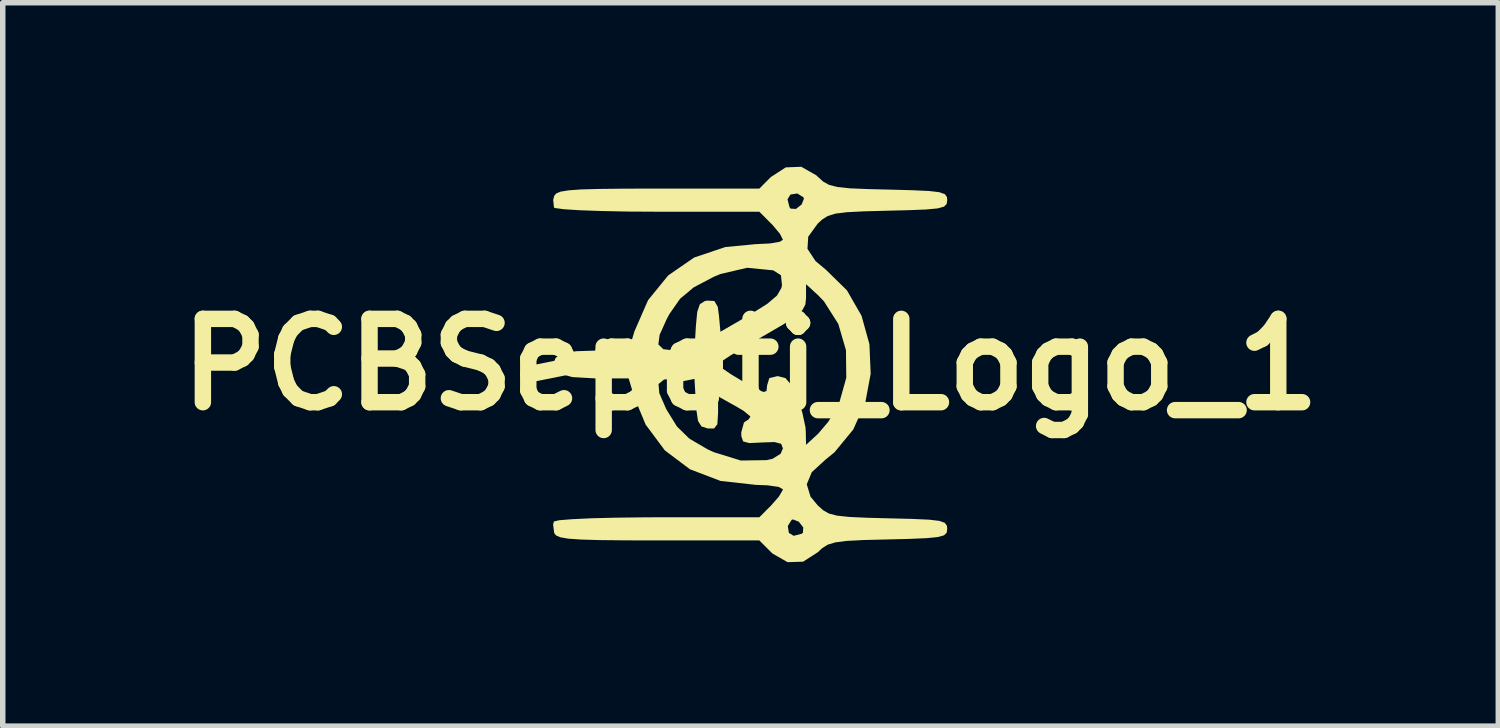
<source format=kicad_pcb>
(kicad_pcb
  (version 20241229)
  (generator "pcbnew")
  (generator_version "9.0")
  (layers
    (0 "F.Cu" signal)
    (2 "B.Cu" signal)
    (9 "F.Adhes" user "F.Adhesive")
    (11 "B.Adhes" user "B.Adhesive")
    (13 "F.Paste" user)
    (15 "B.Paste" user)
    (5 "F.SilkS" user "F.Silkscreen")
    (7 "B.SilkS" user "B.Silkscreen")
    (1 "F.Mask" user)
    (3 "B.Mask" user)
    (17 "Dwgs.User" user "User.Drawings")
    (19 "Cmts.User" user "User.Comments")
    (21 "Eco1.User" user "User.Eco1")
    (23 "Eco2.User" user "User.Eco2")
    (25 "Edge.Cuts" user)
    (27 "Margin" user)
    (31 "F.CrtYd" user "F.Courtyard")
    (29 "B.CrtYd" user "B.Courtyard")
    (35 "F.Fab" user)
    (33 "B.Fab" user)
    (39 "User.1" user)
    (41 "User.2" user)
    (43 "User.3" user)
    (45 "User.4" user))
  (footprint "PCBSepeti_Logo_1"
    (layer "F.Cu")
    (at 10.675 3.616)
    (property "Reference" "PCBSepeti_Logo_1" (at 0 0 0) (layer "F.SilkS") (effects (font (size 1.524 1.524) (thickness 0.3))))
    (attr board_only exclude_from_pos_files exclude_from_bom)
    (fp_poly (pts (xy 1.203 -3.46) (xy 1.233 -3.432) (xy 1.329 -3.345) (xy 1.437 -3.285) (xy 1.588 -3.246) (xy 1.815 -3.222) (xy 2.153 -3.208) (xy 2.52 -3.199) (xy 2.964 -3.187) (xy 3.267 -3.173) (xy 3.454 -3.151) (xy 3.553 -3.116) (xy 3.592 -3.064) (xy 3.598 -3.006) (xy 3.588 -2.936) (xy 3.539 -2.887) (xy 3.424 -2.855) (xy 3.216 -2.835) (xy 2.888 -2.822) (xy 2.52 -2.813) (xy 2.072 -2.801) (xy 1.761 -2.785) (xy 1.552 -2.759) (xy 1.413 -2.716) (xy 1.31 -2.651) (xy 1.229 -2.576) (xy 1.056 -2.338) (xy 1.042 -2.115) (xy 1.19 -1.891) (xy 1.377 -1.735) (xy 1.764 -1.356) (xy 2.031 -0.891) (xy 2.175 -0.372) (xy 2.198 0.169) (xy 2.099 0.7) (xy 1.879 1.189) (xy 1.537 1.605) (xy 1.377 1.735) (xy 1.121 1.969) (xy 1.029 2.191) (xy 1.098 2.417) (xy 1.229 2.576) (xy 1.327 2.664) (xy 1.433 2.725) (xy 1.582 2.764) (xy 1.806 2.788) (xy 2.139 2.803) (xy 2.52 2.813) (xy 2.964 2.824) (xy 3.267 2.838) (xy 3.454 2.86) (xy 3.553 2.895) (xy 3.592 2.948) (xy 3.598 3.006) (xy 3.588 3.076) (xy 3.539 3.124) (xy 3.424 3.156) (xy 3.216 3.176) (xy 2.888 3.19) (xy 2.52 3.199) (xy 2.072 3.21) (xy 1.76 3.226) (xy 1.551 3.253) (xy 1.412 3.295) (xy 1.309 3.36) (xy 1.233 3.432) (xy 0.962 3.606) (xy 0.678 3.615) (xy 0.404 3.458) (xy 0.373 3.429) (xy 0.162 3.217) (xy -1.688 3.217) (xy -2.302 3.216) (xy -2.766 3.211) (xy -3.104 3.201) (xy -3.334 3.185) (xy -3.478 3.16) (xy -3.556 3.126) (xy -3.59 3.083) (xy -3.606 2.954) (xy 0.682 2.954) (xy 0.702 3.08) (xy 0.79 3.133) (xy 0.934 3.096) (xy 0.959 3.077) (xy 0.965 2.979) (xy 0.883 2.874) (xy 0.777 2.833) (xy 0.752 2.842) (xy 0.682 2.954) (xy -3.606 2.954) (xy -3.61 2.924) (xy -3.594 2.871) (xy -3.499 2.848) (xy -3.259 2.829) (xy -2.9 2.812) (xy -2.446 2.801) (xy -1.923 2.795) (xy -1.692 2.794) (xy 0.162 2.794) (xy 0.377 2.578) (xy 0.52 2.415) (xy 0.591 2.293) (xy 0.593 2.282) (xy 0.516 2.239) (xy 0.317 2.21) (xy 0.095 2.201) (xy -0.549 2.129) (xy -1.107 1.916) (xy -1.566 1.571) (xy -1.917 1.1) (xy -2.123 0.605) (xy -2.197 0.357) (xy -1.682 0.357) (xy -1.668 0.523) (xy -1.548 0.8) (xy -1.533 0.829) (xy -1.345 1.134) (xy -1.116 1.357) (xy -0.79 1.548) (xy -0.676 1.602) (xy -0.176 1.756) (xy 0.296 1.749) (xy 0.402 1.725) (xy 0.551 1.633) (xy 0.593 1.535) (xy 0.561 1.45) (xy 0.439 1.418) (xy 0.212 1.426) (xy -0.022 1.437) (xy -0.134 1.407) (xy -0.167 1.314) (xy -0.169 1.242) (xy -0.119 1.06) (xy -0.032 1.001) (xy -0.001 0.951) (xy -0.128 0.846) (xy -0.243 0.778) (xy -0.593 0.582) (xy -0.593 0.889) (xy -0.606 1.092) (xy -0.665 1.17) (xy -0.783 1.17) (xy -0.897 1.132) (xy -0.96 1.031) (xy -0.991 0.822) (xy -0.999 0.699) (xy -1.025 0.254) (xy -1.359 0.254) (xy -1.582 0.275) (xy -1.682 0.357) (xy -2.197 0.357) (xy -2.228 0.254) (xy -2.839 0.254) (xy -3.257 0.23) (xy -3.52 0.16) (xy -3.624 0.046) (xy -3.608 -0.001) (xy -0.593 -0.001) (xy -0.525 0.064) (xy -0.35 0.183) (xy -0.143 0.307) (xy 0.104 0.445) (xy 0.238 0.503) (xy 0.293 0.486) (xy 0.302 0.401) (xy 0.302 0.389) (xy 0.344 0.249) (xy 0.497 0.212) (xy 0.639 0.248) (xy 0.754 0.381) (xy 0.852 0.593) (xy 0.947 0.877) (xy 1.005 1.143) (xy 1.011 1.221) (xy 1.016 1.469) (xy 1.239 1.264) (xy 1.421 1.049) (xy 1.589 0.779) (xy 1.618 0.72) (xy 1.752 0.242) (xy 1.746 -0.261) (xy 1.606 -0.742) (xy 1.343 -1.156) (xy 1.239 -1.264) (xy 1.016 -1.469) (xy 1.016 -1.217) (xy 1.004 -1.098) (xy 0.95 -0.995) (xy 0.828 -0.883) (xy 0.613 -0.741) (xy 0.279 -0.546) (xy 0.212 -0.508) (xy -0.113 -0.319) (xy -0.376 -0.159) (xy -0.545 -0.046) (xy -0.593 -0.001) (xy -3.608 -0.001) (xy -3.568 -0.112) (xy -3.556 -0.127) (xy -3.43 -0.202) (xy -3.189 -0.243) (xy -2.839 -0.254) (xy -2.228 -0.254) (xy -2.194 -0.367) (xy -1.685 -0.367) (xy -1.594 -0.28) (xy -1.382 -0.254) (xy -1.359 -0.254) (xy -1.025 -0.254) (xy -0.999 -0.699) (xy -0.974 -0.963) (xy -0.926 -1.103) (xy -0.835 -1.16) (xy -0.789 -1.169) (xy -0.661 -1.161) (xy -0.599 -1.057) (xy -0.577 -0.897) (xy -0.55 -0.599) (xy 0 -0.917) (xy 0.306 -1.109) (xy 0.485 -1.261) (xy 0.566 -1.402) (xy 0.576 -1.453) (xy 0.557 -1.632) (xy 0.42 -1.72) (xy 0.407 -1.723) (xy -0.061 -1.769) (xy -0.55 -1.655) (xy -0.676 -1.602) (xy -1.038 -1.411) (xy -1.288 -1.202) (xy -1.482 -0.924) (xy -1.533 -0.829) (xy -1.662 -0.542) (xy -1.685 -0.367) (xy -2.194 -0.367) (xy -2.123 -0.605) (xy -1.873 -1.177) (xy -1.505 -1.629) (xy -1.031 -1.956) (xy -0.46 -2.148) (xy 0.095 -2.201) (xy 0.36 -2.214) (xy 0.54 -2.246) (xy 0.593 -2.282) (xy 0.538 -2.391) (xy 0.403 -2.552) (xy 0.377 -2.578) (xy 0.162 -2.794) (xy -1.692 -2.794) (xy -2.237 -2.797) (xy -2.723 -2.807) (xy -3.124 -2.821) (xy -3.416 -2.84) (xy -3.573 -2.861) (xy -3.594 -2.871) (xy -3.608 -3.009) (xy -3.606 -3.02) (xy 0.677 -3.02) (xy 0.714 -2.876) (xy 0.733 -2.851) (xy 0.831 -2.845) (xy 0.936 -2.927) (xy 0.977 -3.033) (xy 0.968 -3.058) (xy 0.856 -3.128) (xy 0.73 -3.108) (xy 0.677 -3.02) (xy -3.606 -3.02) (xy -3.59 -3.083) (xy -3.554 -3.127) (xy -3.474 -3.161) (xy -3.327 -3.185) (xy -3.094 -3.202) (xy -2.753 -3.211) (xy -2.283 -3.216) (xy -1.688 -3.217) (xy 0.162 -3.217) (xy 0.373 -3.429) (xy 0.645 -3.605) (xy 0.929 -3.616)) (stroke (width 0) (type solid)) (fill yes) (layer "F.SilkS")))
  (gr_rect
    (start -3 -3)
    (end 24.351 10.23)
    (stroke (width 0.1) (type default))
    (fill no)
    (layer "Edge.Cuts")))
</source>
